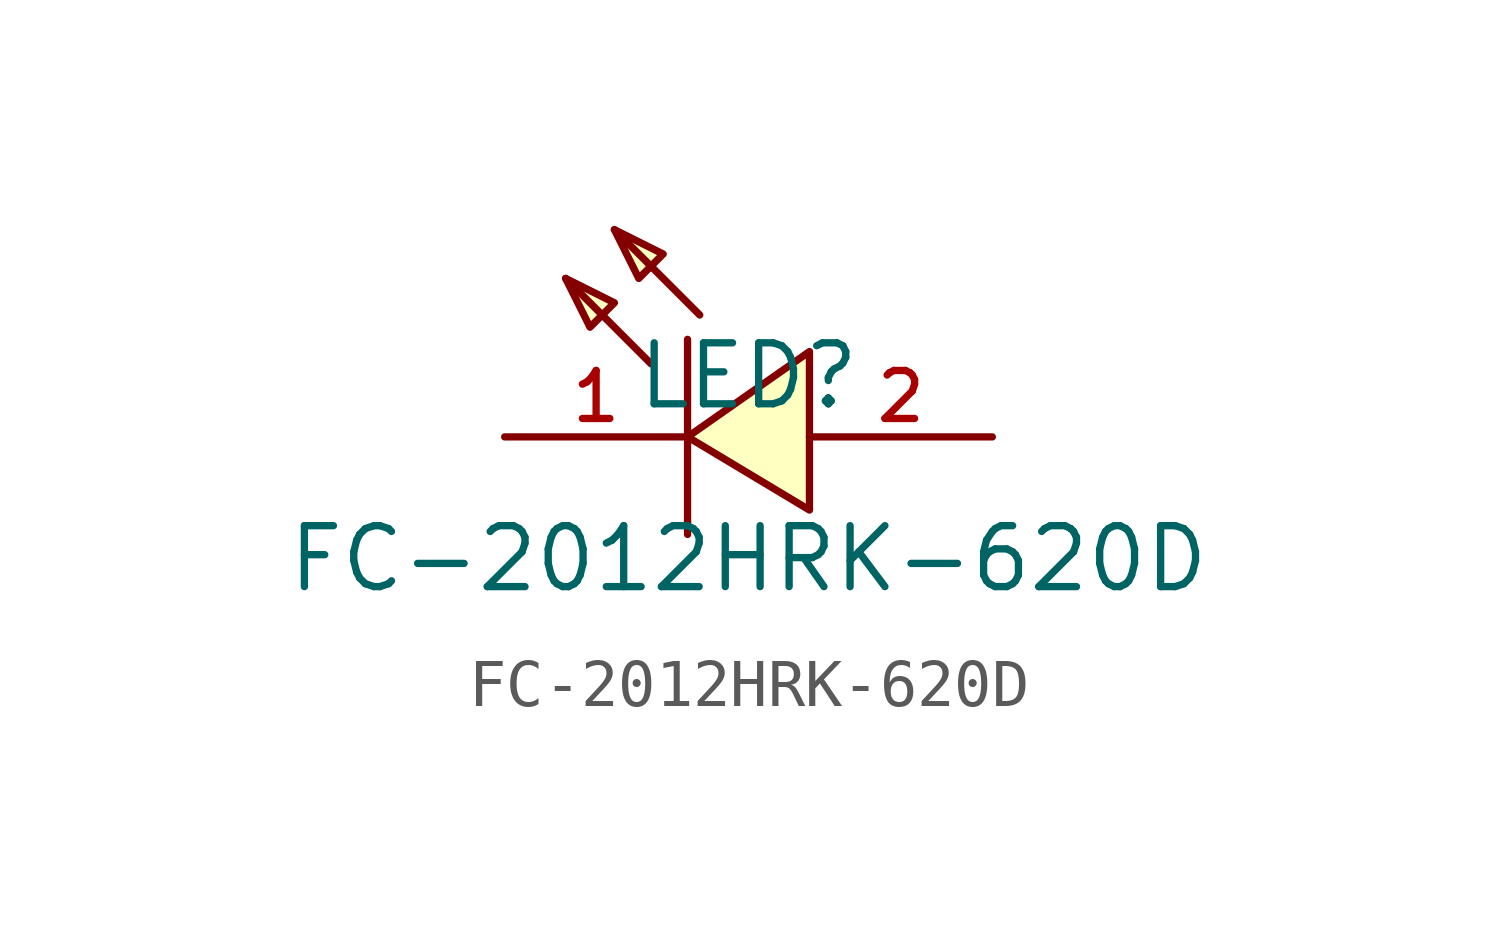
<source format=kicad_sym>
(kicad_symbol_lib
  (version 20210201)
  (generator TousstNicolas/JLC2KiCad_lib)
  (symbol "FC-2012HRK-620D"
    (pin_names hide)
    (property "Reference" "LED"
      (at 0 1.27 0)
      (effects (font (size 1.27 1.27))))
    (property "Value" "FC-2012HRK-620D"
      (at 0 -2.54 0)
      (effects (font (size 1.27 1.27))))
    (symbol "FC-2012HRK-620D_0_1"
      (polyline (pts (xy -3.81 3.302) (xy -2.794 2.794) (xy -3.302 2.286) (xy -3.81 3.302)) (stroke (width 0) (type default) (color 0 0 0 0)) (fill (type background)))
      (polyline (pts (xy -2.794 4.318) (xy -1.778 3.81) (xy -2.286 3.302) (xy -2.794 4.318)) (stroke (width 0) (type default) (color 0 0 0 0)) (fill (type background)))
      (pin unspecified line (at -5.08 -0.0 0) (length 3.81) (name "-" (effects (font (size 1 1)))) (number "1" (effects (font (size 1 1)))))
      (polyline (pts (xy -2.032 1.524) (xy -3.81 3.302)) (stroke (width 0) (type default) (color 0 0 0 0)) (fill (type none)))
      (polyline (pts (xy -1.016 2.54) (xy -2.794 4.318)) (stroke (width 0) (type default) (color 0 0 0 0)) (fill (type none)))
      (pin unspecified line (at 5.08 -0.0 180) (length 3.81) (name "+" (effects (font (size 1 1)))) (number "2" (effects (font (size 1 1)))))
      (polyline (pts (xy -1.27 2.032) (xy -1.27 -2.032)) (stroke (width 0) (type default) (color 0 0 0 0)) (fill (type none)))
      (polyline (pts (xy 1.27 -1.524) (xy -1.27 -0.0) (xy 1.27 1.778) (xy 1.27 -1.524)) (stroke (width 0) (type default) (color 0 0 0 0)) (fill (type background))))))
</source>
